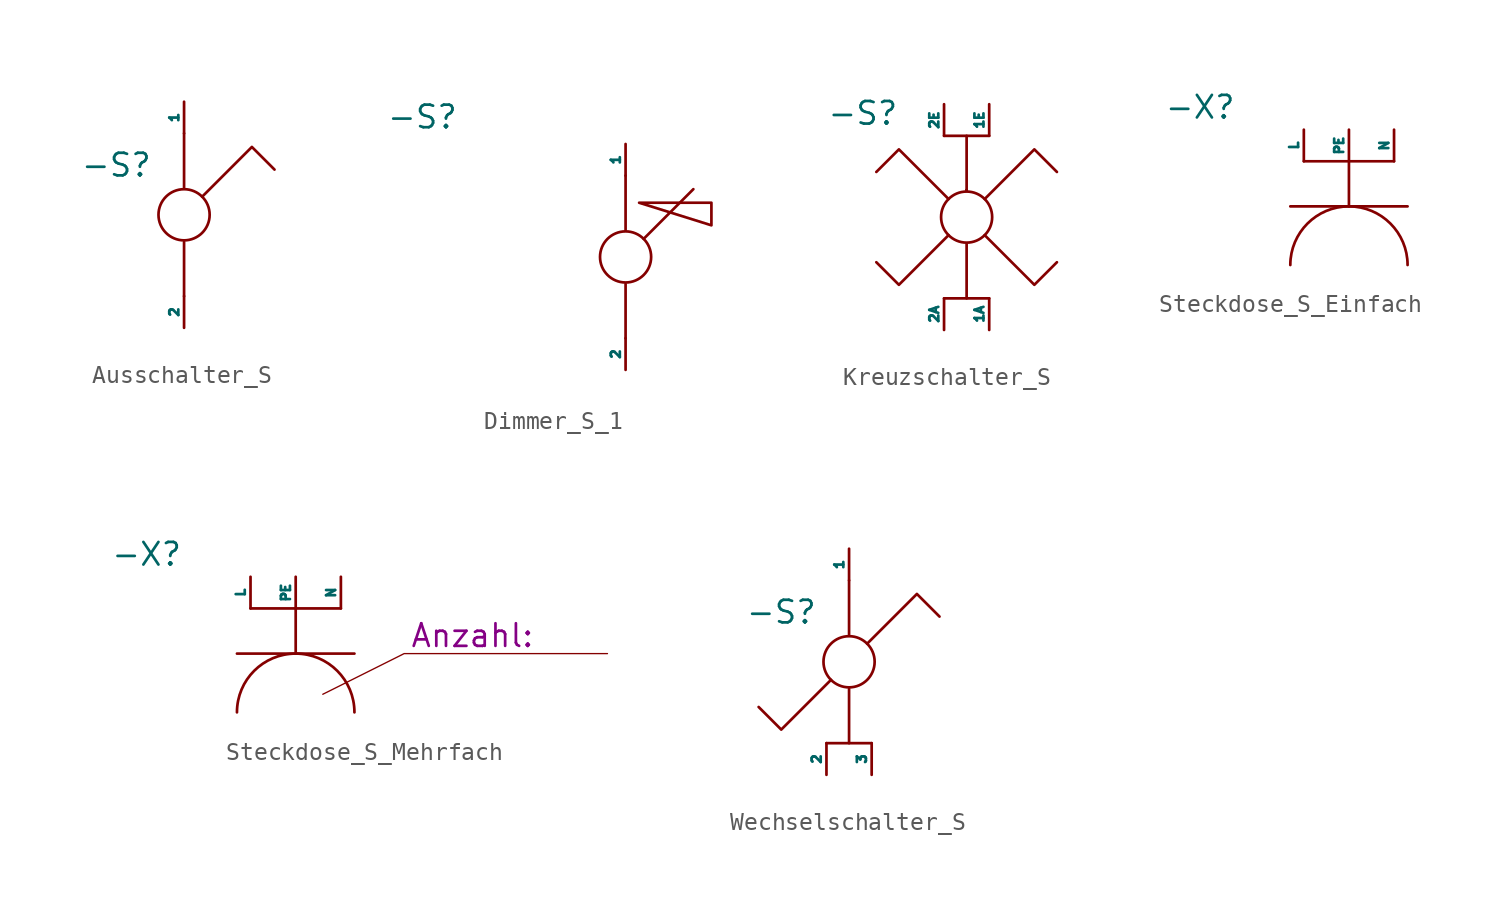
<source format=kicad_sym>
(kicad_symbol_lib
  (version 20241209)
  (generator "kicad_symbol_editor")
  (generator_version "9.0")
  (symbol "Ausschalter_S"
    (pin_numbers
      (hide yes))
    (pin_names
      (offset 0))
    (property "Reference" "-S"
      (at -3.81 2.794 0)
      (effects (font (size 1.27 1.27))))
    (property "Value" ""
      (at 0 0 0)
      (effects (font (size 1.27 1.27))))
    (symbol "Ausschalter_S_0_1"
      (polyline (pts (xy 0 1.524) (xy 0 4.572)) (stroke (width 0) (type default)) (fill (type none)))
      (circle (center 0 0) (radius 1.437) (stroke (width 0) (type default)) (fill (type none)))
      (polyline (pts (xy 0 -1.524) (xy 0 -4.572)) (stroke (width 0) (type default)) (fill (type none)))
      (polyline (pts (xy 1.016 1.016) (xy 3.81 3.81) (xy 5.08 2.54)) (stroke (width 0) (type default)) (fill (type none))))
    (symbol "Ausschalter_S_1_1"
      (pin passive line (at 0 6.35 270) (length 1.778) (name "1" (effects (font (size 0.508 0.508)))) (number "1" (effects (font (size 0.508 0.508)))))
      (pin passive line (at 0 -6.35 90) (length 1.778) (name "2" (effects (font (size 0.508 0.508)))) (number "2" (effects (font (size 0.508 0.508)))))))
  (symbol "Dimmer_S_1"
    (pin_numbers
      (hide yes))
    (pin_names
      (offset 0))
    (property "Reference" "-S"
      (at -11.43 7.874 0)
      (effects (font (size 1.27 1.27))))
    (property "Value" ""
      (at 0 0 0)
      (effects (font (size 1.27 1.27))))
    (symbol "Dimmer_S_1_0_1"
      (polyline (pts (xy 0 1.524) (xy 0 4.572)) (stroke (width 0) (type default)) (fill (type none)))
      (circle (center 0 0) (radius 1.437) (stroke (width 0) (type default)) (fill (type none)))
      (polyline (pts (xy 0 -1.524) (xy 0 -4.572)) (stroke (width 0) (type default)) (fill (type none)))
      (polyline (pts (xy 0.762 3.048) (xy 4.826 3.048) (xy 4.826 1.778) (xy 0.762 3.048)) (stroke (width 0) (type default)) (fill (type none)))
      (polyline (pts (xy 1.016 1.016) (xy 3.81 3.81) (xy 3.81 3.81)) (stroke (width 0) (type default)) (fill (type none))))
    (symbol "Dimmer_S_1_1_1"
      (pin passive line (at 0 6.35 270) (length 1.778) (name "1" (effects (font (size 0.508 0.508)))) (number "1" (effects (font (size 0.508 0.508)))))
      (pin passive line (at 0 -6.35 90) (length 1.778) (name "2" (effects (font (size 0.508 0.508)))) (number "2" (effects (font (size 0.508 0.508)))))))
  (symbol "Kreuzschalter_S"
    (pin_numbers
      (hide yes))
    (pin_names
      (offset 0))
    (property "Reference" "-S"
      (at -5.842 5.842 0)
      (effects (font (size 1.27 1.27))))
    (property "Value" ""
      (at 0 0 0)
      (effects (font (size 1.27 1.27))))
    (symbol "Kreuzschalter_S_0_1"
      (polyline (pts (xy -1.27 4.572) (xy 1.27 4.572)) (stroke (width 0) (type default)) (fill (type none)))
      (polyline (pts (xy -1.27 -4.572) (xy 1.27 -4.572)) (stroke (width 0) (type default)) (fill (type none)))
      (polyline (pts (xy -1.016 1.016) (xy -3.81 3.81) (xy -5.08 2.54)) (stroke (width 0) (type default)) (fill (type none)))
      (polyline (pts (xy -1.016 -1.016) (xy -3.81 -3.81) (xy -5.08 -2.54)) (stroke (width 0) (type default)) (fill (type none)))
      (polyline (pts (xy 0 1.524) (xy 0 4.572)) (stroke (width 0) (type default)) (fill (type none)))
      (polyline (pts (xy 0 1.524) (xy 0 1.524)) (stroke (width 0) (type default)) (fill (type none)))
      (polyline (pts (xy 0 1.524) (xy 0 1.524)) (stroke (width 0) (type default)) (fill (type none)))
      (circle (center 0 0) (radius 1.437) (stroke (width 0) (type default)) (fill (type none)))
      (polyline (pts (xy 0 -4.572) (xy 0 -1.524)) (stroke (width 0) (type default)) (fill (type none)))
      (polyline (pts (xy 1.016 1.016) (xy 3.81 3.81) (xy 5.08 2.54)) (stroke (width 0) (type default)) (fill (type none)))
      (polyline (pts (xy 1.016 -1.016) (xy 3.81 -3.81) (xy 5.08 -2.54)) (stroke (width 0) (type default)) (fill (type none))))
    (symbol "Kreuzschalter_S_1_1"
      (pin passive line (at -1.27 6.35 270) (length 1.778) (name "2E" (effects (font (size 0.508 0.508)))) (number "2E" (effects (font (size 0.508 0.508)))))
      (pin passive line (at -1.27 -6.35 90) (length 1.778) (name "2A" (effects (font (size 0.508 0.508)))) (number "2A" (effects (font (size 0.508 0.508)))))
      (pin passive line (at 1.27 6.35 270) (length 1.778) (name "1E" (effects (font (size 0.508 0.508)))) (number "1E" (effects (font (size 0.508 0.508)))))
      (pin passive line (at 1.27 -6.35 90) (length 1.778) (name "1A" (effects (font (size 0.508 0.508)))) (number "1A" (effects (font (size 0.508 0.508)))))))
  (symbol "Steckdose_S_Einfach"
    (pin_numbers
      (hide yes))
    (pin_names
      (offset 0))
    (property "Reference" "-X"
      (at -8.382 8.89 0)
      (effects (font (size 1.27 1.27))))
    (property "Value" ""
      (at 0 0 0)
      (effects (font (size 1.27 1.27))))
    (symbol "Steckdose_S_Einfach_0_1"
      (polyline (pts (xy -3.302 3.302) (xy 3.302 3.302)) (stroke (width 0) (type default)) (fill (type none)))
      (polyline (pts (xy 0 3.302) (xy 0 5.842)) (stroke (width 0) (type default)) (fill (type none)))
      (arc (start -3.302 0) (mid 0 3.302) (end 3.302 0) (stroke (width 0) (type default)) (fill (type none)))
      (polyline (pts (xy 2.54 5.842) (xy -2.54 5.842)) (stroke (width 0) (type default)) (fill (type none))))
    (symbol "Steckdose_S_Einfach_1_1"
      (pin passive line (at -2.54 7.62 270) (length 1.778) (name "L" (effects (font (size 0.508 0.508)))) (number "L" (effects (font (size 0.508 0.508)))))
      (pin passive line (at 0 7.62 270) (length 1.778) (name "PE" (effects (font (size 0.508 0.508)))) (number "PE" (effects (font (size 0.508 0.508)))))
      (pin passive line (at 2.54 7.62 270) (length 1.778) (name "N" (effects (font (size 0.508 0.508)))) (number "N" (effects (font (size 0.508 0.508)))))))
  (symbol "Steckdose_S_Mehrfach"
    (pin_numbers
      (hide yes))
    (pin_names
      (offset 0))
    (property "Reference" "-X"
      (at -8.382 8.89 0)
      (effects (font (size 1.27 1.27))))
    (property "Value" ""
      (at 0 0 0)
      (effects (font (size 1.27 1.27))))
    (property "Anzahl" ""
      (at 10.414 4.318 0)
      (show_name)
      (effects (font (size 1.27 1.27))))
    (symbol "Steckdose_S_Mehrfach_0_1"
      (polyline (pts (xy -3.302 3.302) (xy 3.302 3.302)) (stroke (width 0) (type default)) (fill (type none)))
      (polyline (pts (xy 0 3.302) (xy 0 5.842)) (stroke (width 0) (type default)) (fill (type none)))
      (arc (start -3.302 0) (mid 0 3.302) (end 3.302 0) (stroke (width 0) (type default)) (fill (type none)))
      (polyline (pts (xy 2.54 5.842) (xy -2.54 5.842)) (stroke (width 0) (type default)) (fill (type none))))
    (symbol "Steckdose_S_Mehrfach_1_1"
      (polyline (pts (xy 1.524 1.016) (xy 6.096 3.302) (xy 17.526 3.302)) (stroke (width 0.076) (type solid)) (fill (type none)))
      (pin passive line (at -2.54 7.62 270) (length 1.778) (name "L" (effects (font (size 0.508 0.508)))) (number "L" (effects (font (size 0.508 0.508)))))
      (pin passive line (at 0 7.62 270) (length 1.778) (name "PE" (effects (font (size 0.508 0.508)))) (number "PE" (effects (font (size 0.508 0.508)))))
      (pin passive line (at 2.54 7.62 270) (length 1.778) (name "N" (effects (font (size 0.508 0.508)))) (number "N" (effects (font (size 0.508 0.508)))))))
  (symbol "Wechselschalter_S"
    (pin_numbers
      (hide yes))
    (pin_names
      (offset 0))
    (property "Reference" "-S"
      (at -3.81 2.794 0)
      (effects (font (size 1.27 1.27))))
    (property "Value" ""
      (at 0 0 0)
      (effects (font (size 1.27 1.27))))
    (symbol "Wechselschalter_S_0_1"
      (polyline (pts (xy -1.27 -4.572) (xy 1.27 -4.572)) (stroke (width 0) (type default)) (fill (type none)))
      (polyline (pts (xy -1.016 -1.016) (xy -3.81 -3.81) (xy -5.08 -2.54)) (stroke (width 0) (type default)) (fill (type none)))
      (polyline (pts (xy 0 1.524) (xy 0 4.572)) (stroke (width 0) (type default)) (fill (type none)))
      (circle (center 0 0) (radius 1.437) (stroke (width 0) (type default)) (fill (type none)))
      (polyline (pts (xy 0 -4.572) (xy 0 -1.524)) (stroke (width 0) (type default)) (fill (type none)))
      (polyline (pts (xy 1.016 1.016) (xy 3.81 3.81) (xy 5.08 2.54)) (stroke (width 0) (type default)) (fill (type none))))
    (symbol "Wechselschalter_S_1_1"
      (pin passive line (at -1.27 -6.35 90) (length 1.778) (name "2" (effects (font (size 0.508 0.508)))) (number "2" (effects (font (size 0.508 0.508)))))
      (pin passive line (at 0 6.35 270) (length 1.778) (name "1" (effects (font (size 0.508 0.508)))) (number "1" (effects (font (size 0.508 0.508)))))
      (pin passive line (at 1.27 -6.35 90) (length 1.778) (name "3" (effects (font (size 0.508 0.508)))) (number "3" (effects (font (size 0.508 0.508))))))))
</source>
